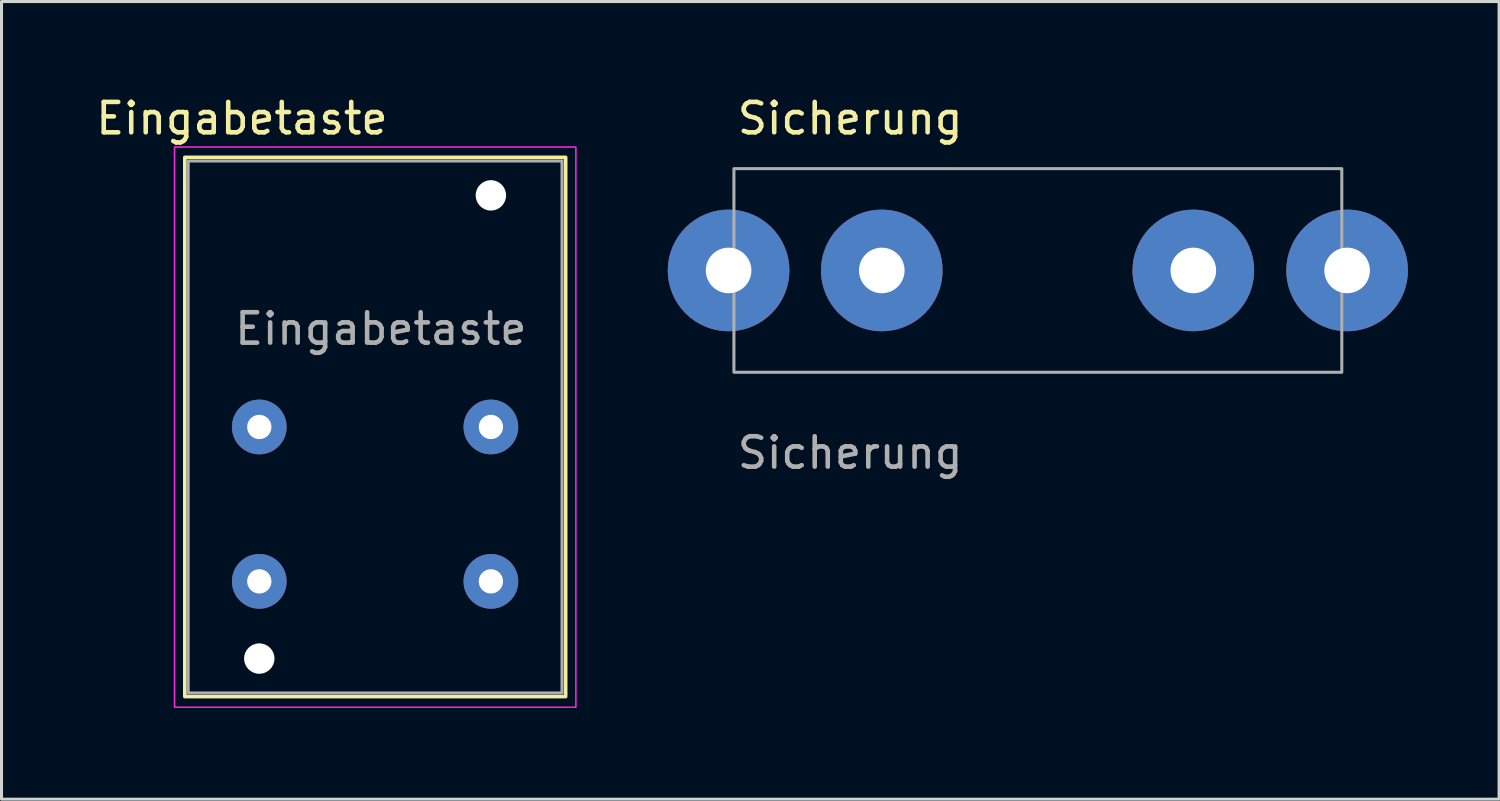
<source format=kicad_pcb>
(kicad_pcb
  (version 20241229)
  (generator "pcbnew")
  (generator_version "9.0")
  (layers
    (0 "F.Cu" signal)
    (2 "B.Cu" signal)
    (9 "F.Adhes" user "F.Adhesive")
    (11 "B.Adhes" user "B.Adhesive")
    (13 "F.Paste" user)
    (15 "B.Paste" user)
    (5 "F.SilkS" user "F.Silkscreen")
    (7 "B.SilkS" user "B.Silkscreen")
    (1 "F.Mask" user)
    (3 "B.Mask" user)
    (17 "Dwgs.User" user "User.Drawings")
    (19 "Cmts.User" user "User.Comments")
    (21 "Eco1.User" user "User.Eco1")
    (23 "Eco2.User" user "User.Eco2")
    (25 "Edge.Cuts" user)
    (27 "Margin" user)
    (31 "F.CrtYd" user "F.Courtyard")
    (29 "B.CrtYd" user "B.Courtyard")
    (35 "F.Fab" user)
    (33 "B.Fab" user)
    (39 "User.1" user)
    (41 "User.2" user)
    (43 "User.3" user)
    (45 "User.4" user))
  (footprint "Eingabetaste"
    (layer "F.Cu")
    (at 13.101 16.078)
    (property "Reference" "Eingabetaste" (at -8.19 -15.23 0) (unlocked yes) (layer "F.SilkS") (effects (font (size 1 1) (thickness 0.15))))
    (attr through_hole)
    (fp_rect (start -10.07 -13.95) (end 2.46 3.79) (stroke (width 0.12) (type solid)) (fill no) (layer "F.SilkS"))
    (fp_rect (start -10.41 -14.29) (end 2.796 4.14) (stroke (width 0.05) (type solid)) (fill no) (layer "F.CrtYd"))
    (fp_rect (start -9.96 -13.83) (end 2.34 3.67) (stroke (width 0.1) (type solid)) (fill no) (layer "F.Fab"))
    (fp_text user "${REFERENCE}" (at -3.62 -8.31 0) (unlocked yes) (layer "F.Fab") (effects (font (size 1 1) (thickness 0.15))))
    (pad "" np_thru_hole circle (at -7.62 2.54) (size 1 1) (drill 1) (layers "*.Cu" "*.Mask"))
    (pad "" np_thru_hole circle (at 0 -12.7) (size 1 1) (drill 1) (layers "*.Cu" "*.Mask"))
    (pad "1" thru_hole circle (at 0 0) (size 1.8 1.8) (drill 0.8) (layers "*.Cu" "*.Mask"))
    (pad "2" thru_hole circle (at -7.62 -5.08) (size 1.8 1.8) (drill 0.8) (layers "*.Cu" "*.Mask"))
    (pad "2" thru_hole circle (at 0 -5.08) (size 1.8 1.8) (drill 0.8) (layers "*.Cu" "*.Mask"))
    (pad "3" thru_hole circle (at -7.62 0) (size 1.8 1.8) (drill 0.8) (layers "*.Cu" "*.Mask")))
  (footprint "Sicherung"
    (layer "F.Cu")
    (at 20.922 5.848)
    (property "Reference" "Sicherung" (at 4 -5 0) (unlocked yes) (layer "F.SilkS") (effects (font (size 1 1) (thickness 0.15))))
    (attr through_hole)
    (fp_rect (start 0.175 -3.35) (end 20.175 3.35) (stroke (width 0.1) (type solid)) (fill no) (layer "F.Fab"))
    (fp_text user "${REFERENCE}" (at 4 6 0) (unlocked yes) (layer "F.Fab") (effects (font (size 1 1) (thickness 0.15))))
    (pad "" np_thru_hole circle (at 5.04 0 90) (size 4 4) (drill 1.5) (layers "*.Cu" "*.Mask"))
    (pad "" np_thru_hole circle (at 15.29 0 90) (size 4 4) (drill 1.5) (layers "*.Cu" "*.Mask"))
    (pad "1" thru_hole circle (at 0 0 90) (size 4 4) (drill 1.5) (layers "*.Cu" "*.Mask"))
    (pad "2" thru_hole circle (at 20.35 0 90) (size 4 4) (drill 1.5) (layers "*.Cu" "*.Mask")))
  (gr_rect
    (start -3 -3)
    (end 46.272 23.244)
    (stroke (width 0.1) (type default))
    (fill no)
    (layer "Edge.Cuts")))
</source>
